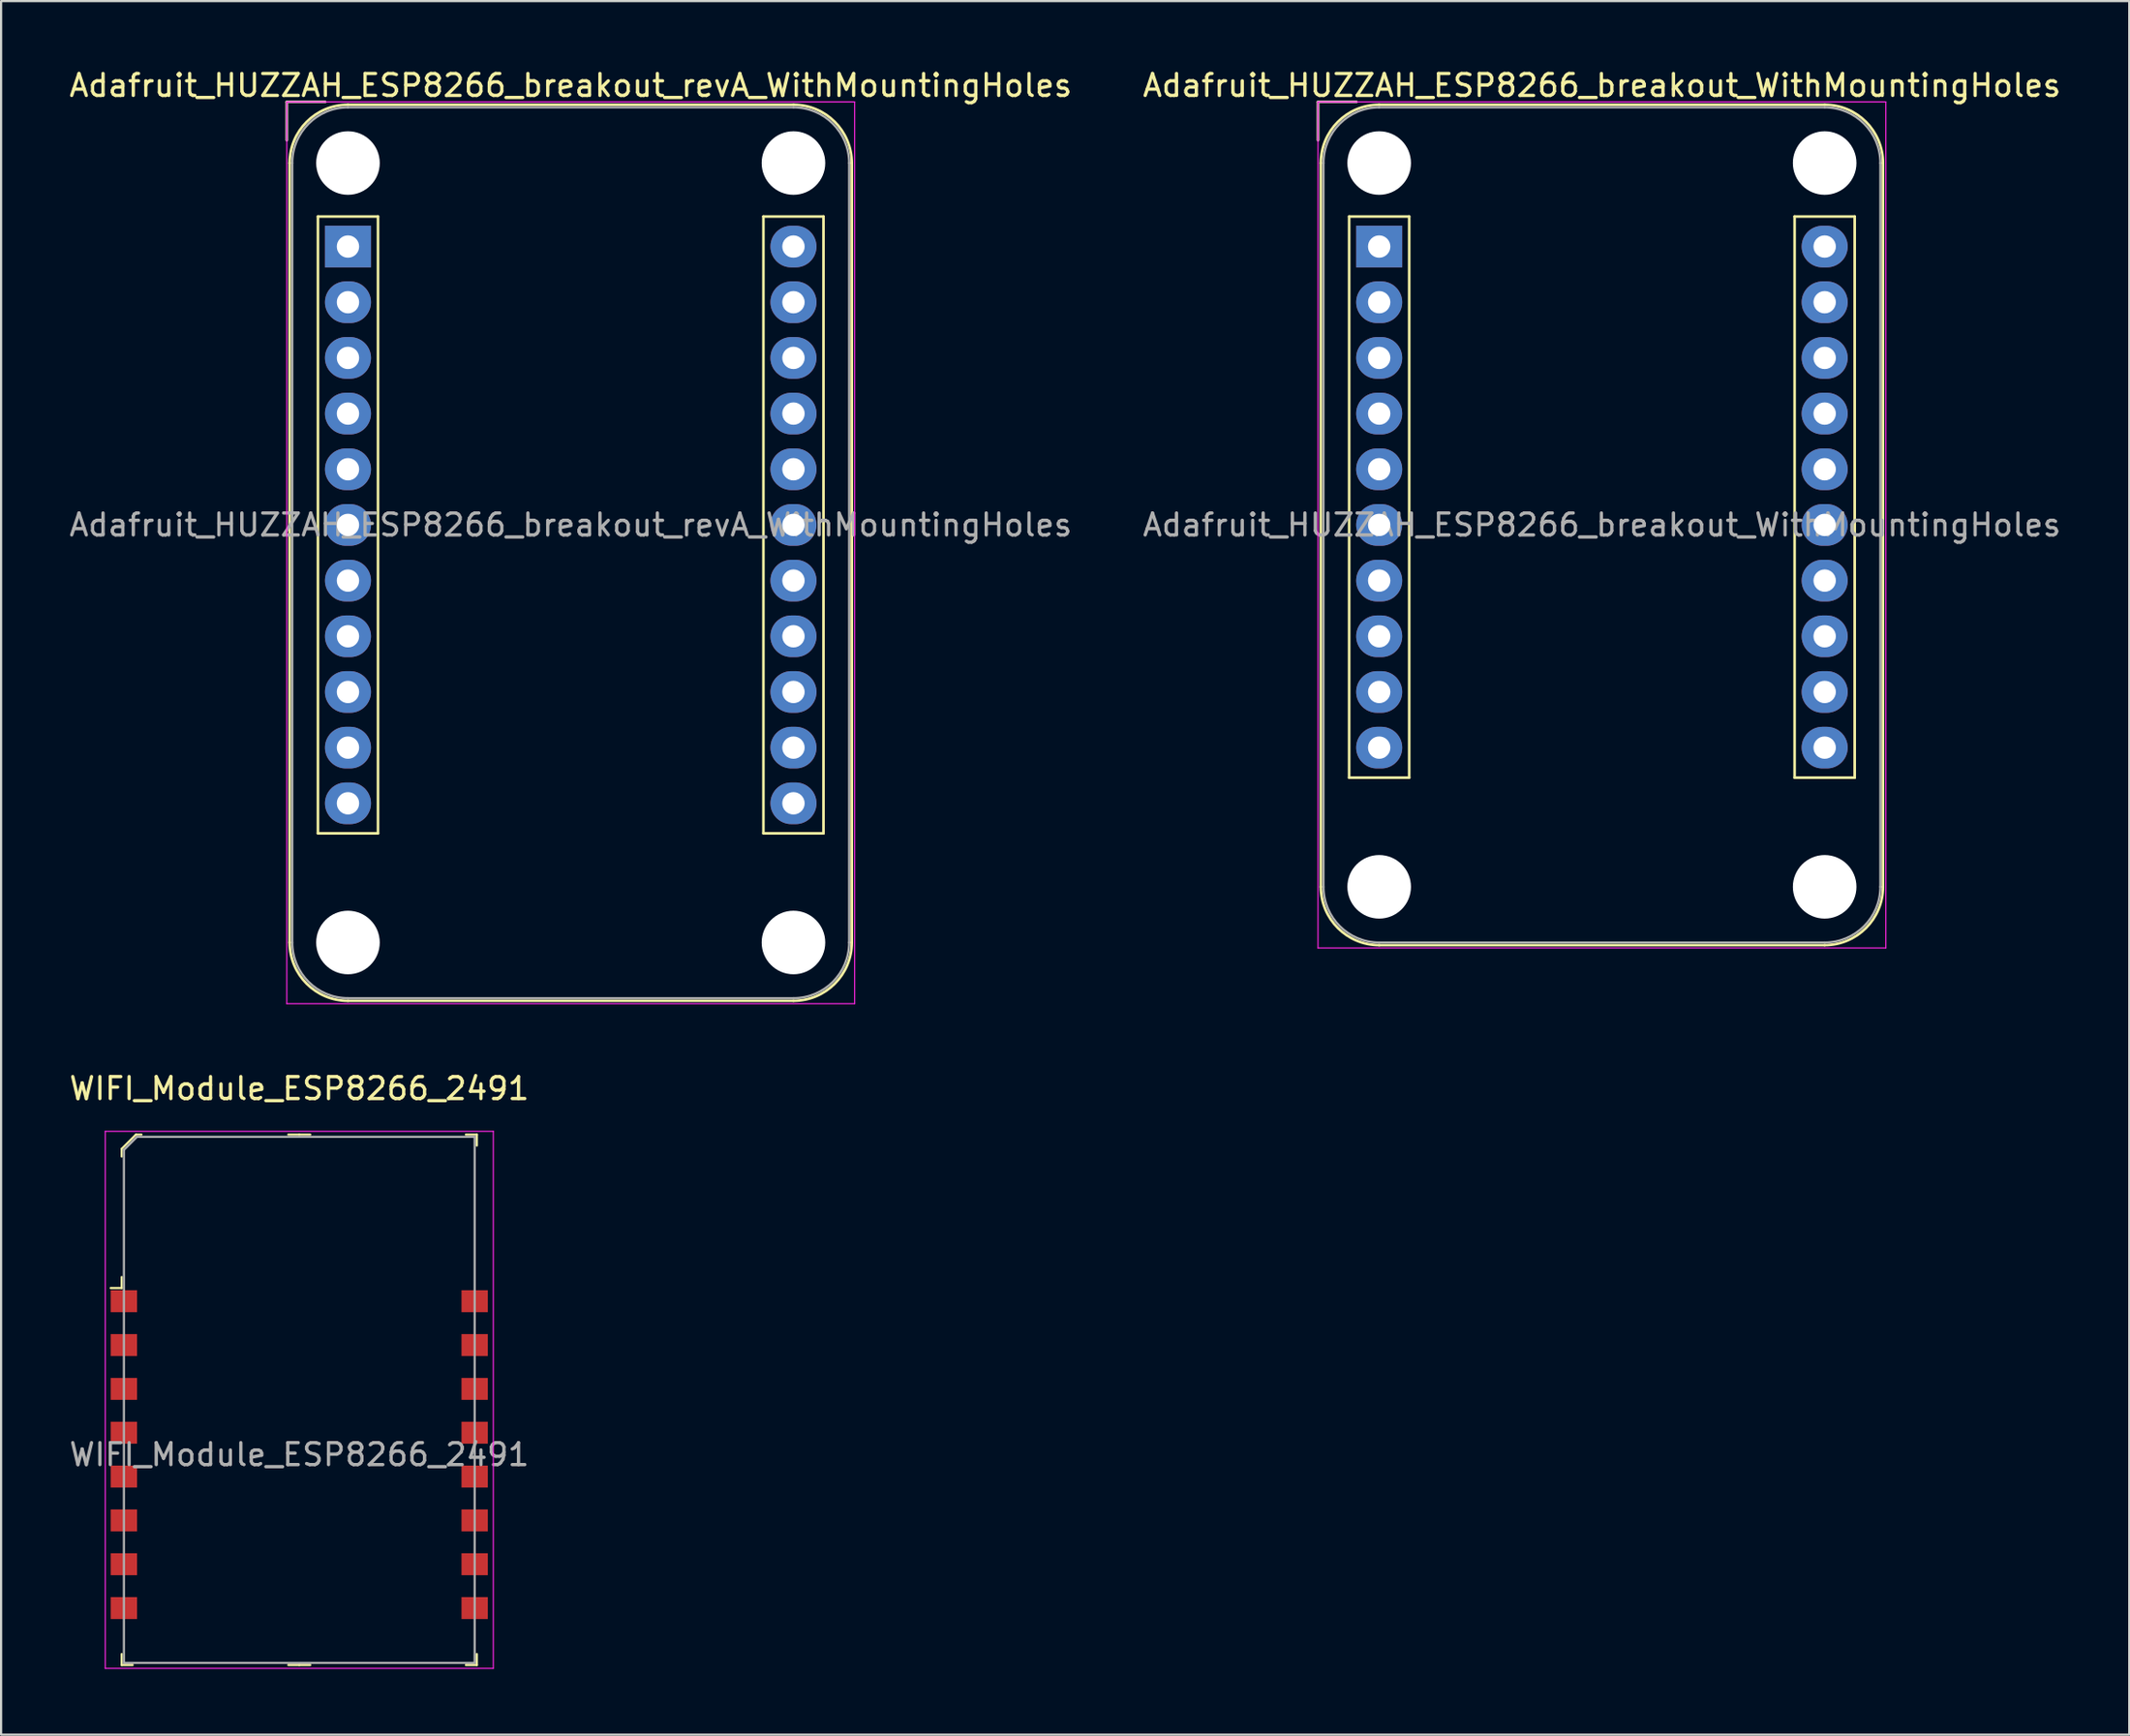
<source format=kicad_pcb>
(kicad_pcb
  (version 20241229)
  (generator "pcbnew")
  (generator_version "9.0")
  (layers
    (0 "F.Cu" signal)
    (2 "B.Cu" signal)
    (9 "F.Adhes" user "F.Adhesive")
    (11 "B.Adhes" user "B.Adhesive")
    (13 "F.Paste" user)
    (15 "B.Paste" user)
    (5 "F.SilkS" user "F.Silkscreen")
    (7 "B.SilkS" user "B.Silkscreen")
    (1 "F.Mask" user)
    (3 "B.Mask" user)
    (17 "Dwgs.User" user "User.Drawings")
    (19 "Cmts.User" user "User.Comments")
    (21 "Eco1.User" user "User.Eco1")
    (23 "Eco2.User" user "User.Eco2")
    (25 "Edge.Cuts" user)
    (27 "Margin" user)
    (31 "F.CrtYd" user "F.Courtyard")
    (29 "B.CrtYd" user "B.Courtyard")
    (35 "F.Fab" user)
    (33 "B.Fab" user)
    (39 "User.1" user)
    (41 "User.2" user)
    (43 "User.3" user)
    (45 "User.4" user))
  (footprint "Adafruit_HUZZAH_ESP8266_breakout_WithMountingHoles"
    (layer "F.Cu")
    (at 59.858 8.198)
    (property "Reference" "Adafruit_HUZZAH_ESP8266_breakout_WithMountingHoles" (at 10.16 -7.35 0) (layer "F.SilkS") (effects (font (size 1 1) (thickness 0.15))))
    (attr through_hole)
    (fp_line (start -2.79 -6.6) (end -1.04 -6.6) (stroke (width 0.12) (type solid)) (layer "F.SilkS"))
    (fp_line (start -2.79 -4.85) (end -2.79 -6.6) (stroke (width 0.12) (type solid)) (layer "F.SilkS"))
    (fp_line (start -2.66 -3.81) (end -2.66 29.21) (stroke (width 0.12) (type solid)) (layer "F.SilkS"))
    (fp_line (start -1.37 -1.37) (end -1.37 24.23) (stroke (width 0.12) (type solid)) (layer "F.SilkS"))
    (fp_line (start -1.37 24.23) (end 1.37 24.23) (stroke (width 0.12) (type solid)) (layer "F.SilkS"))
    (fp_line (start 0 -6.47) (end 20.32 -6.47) (stroke (width 0.12) (type solid)) (layer "F.SilkS"))
    (fp_line (start 0 31.87) (end 20.32 31.87) (stroke (width 0.12) (type solid)) (layer "F.SilkS"))
    (fp_line (start 1.37 -1.37) (end -1.37 -1.37) (stroke (width 0.12) (type solid)) (layer "F.SilkS"))
    (fp_line (start 1.37 24.23) (end 1.37 -1.37) (stroke (width 0.12) (type solid)) (layer "F.SilkS"))
    (fp_line (start 18.95 -1.37) (end 18.95 24.23) (stroke (width 0.12) (type solid)) (layer "F.SilkS"))
    (fp_line (start 18.95 24.23) (end 21.69 24.23) (stroke (width 0.12) (type solid)) (layer "F.SilkS"))
    (fp_line (start 21.69 -1.37) (end 18.95 -1.37) (stroke (width 0.12) (type solid)) (layer "F.SilkS"))
    (fp_line (start 21.69 24.23) (end 21.69 -1.37) (stroke (width 0.12) (type solid)) (layer "F.SilkS"))
    (fp_line (start 22.98 -3.81) (end 22.98 29.21) (stroke (width 0.12) (type solid)) (layer "F.SilkS"))
    (fp_arc (start -2.66 -3.81) (mid -1.880904 -5.690904) (end 0 -6.47) (stroke (width 0.12) (type solid)) (layer "F.SilkS"))
    (fp_arc (start 0 31.87) (mid -1.880904 31.090904) (end -2.66 29.21) (stroke (width 0.12) (type solid)) (layer "F.SilkS"))
    (fp_arc (start 20.32 -6.47) (mid 22.200904 -5.690904) (end 22.98 -3.81) (stroke (width 0.12) (type solid)) (layer "F.SilkS"))
    (fp_arc (start 22.98 29.21) (mid 22.200904 31.090904) (end 20.32 31.87) (stroke (width 0.12) (type solid)) (layer "F.SilkS"))
    (fp_line (start -2.79 -6.6) (end -2.79 32) (stroke (width 0.05) (type solid)) (layer "F.CrtYd"))
    (fp_line (start -2.79 32) (end 23.11 32) (stroke (width 0.05) (type solid)) (layer "F.CrtYd"))
    (fp_line (start 23.11 -6.6) (end -2.79 -6.6) (stroke (width 0.05) (type solid)) (layer "F.CrtYd"))
    (fp_line (start 23.11 32) (end 23.11 -6.6) (stroke (width 0.05) (type solid)) (layer "F.CrtYd"))
    (fp_line (start -2.79 -6.6) (end -1.04 -6.6) (stroke (width 0.1) (type solid)) (layer "F.Fab"))
    (fp_line (start -2.79 -4.85) (end -2.79 -6.6) (stroke (width 0.1) (type solid)) (layer "F.Fab"))
    (fp_line (start -2.54 -3.81) (end -2.54 29.21) (stroke (width 0.1) (type solid)) (layer "F.Fab"))
    (fp_line (start 0 -6.35) (end 20.32 -6.35) (stroke (width 0.1) (type solid)) (layer "F.Fab"))
    (fp_line (start 0 31.75) (end 20.32 31.75) (stroke (width 0.1) (type solid)) (layer "F.Fab"))
    (fp_line (start 22.86 -3.81) (end 22.86 29.21) (stroke (width 0.1) (type solid)) (layer "F.Fab"))
    (fp_arc (start -2.54 -3.81) (mid -1.796051 -5.606051) (end 0 -6.35) (stroke (width 0.1) (type solid)) (layer "F.Fab"))
    (fp_arc (start 0 31.75) (mid -1.796051 31.006051) (end -2.54 29.21) (stroke (width 0.1) (type solid)) (layer "F.Fab"))
    (fp_arc (start 20.32 -6.35) (mid 22.116051 -5.606051) (end 22.86 -3.81) (stroke (width 0.1) (type solid)) (layer "F.Fab"))
    (fp_arc (start 22.86 29.21) (mid 22.116051 31.006051) (end 20.32 31.75) (stroke (width 0.1) (type solid)) (layer "F.Fab"))
    (fp_text user "${REFERENCE}" (at 10.16 12.7 0) (layer "F.Fab") (effects (font (size 1 1) (thickness 0.15))))
    (pad "" np_thru_hole circle (at 0 -3.81) (size 2.9 2.9) (drill 2.9) (layers "*.Cu" "*.Mask"))
    (pad "" np_thru_hole circle (at 0 29.21) (size 2.9 2.9) (drill 2.9) (layers "*.Cu" "*.Mask"))
    (pad "" np_thru_hole circle (at 20.32 -3.81) (size 2.9 2.9) (drill 2.9) (layers "*.Cu" "*.Mask"))
    (pad "" np_thru_hole circle (at 20.32 29.21) (size 2.9 2.9) (drill 2.9) (layers "*.Cu" "*.Mask"))
    (pad "1" thru_hole rect (at 0 0) (size 2.1 1.9) (drill 1.02) (layers "*.Cu" "*.Mask"))
    (pad "2" thru_hole oval (at 0 2.54) (size 2.1 1.9) (drill 1.02) (layers "*.Cu" "*.Mask"))
    (pad "3" thru_hole oval (at 0 5.08) (size 2.1 1.9) (drill 1.02) (layers "*.Cu" "*.Mask"))
    (pad "4" thru_hole oval (at 0 7.62) (size 2.1 1.9) (drill 1.02) (layers "*.Cu" "*.Mask"))
    (pad "5" thru_hole oval (at 0 10.16) (size 2.1 1.9) (drill 1.02) (layers "*.Cu" "*.Mask"))
    (pad "6" thru_hole oval (at 0 12.7) (size 2.1 1.9) (drill 1.02) (layers "*.Cu" "*.Mask"))
    (pad "7" thru_hole oval (at 0 15.24) (size 2.1 1.9) (drill 1.02) (layers "*.Cu" "*.Mask"))
    (pad "8" thru_hole oval (at 0 17.78) (size 2.1 1.9) (drill 1.02) (layers "*.Cu" "*.Mask"))
    (pad "9" thru_hole oval (at 0 20.32) (size 2.1 1.9) (drill 1.02) (layers "*.Cu" "*.Mask"))
    (pad "10" thru_hole oval (at 0 22.86) (size 2.1 1.9) (drill 1.02) (layers "*.Cu" "*.Mask"))
    (pad "11" thru_hole oval (at 20.32 22.86) (size 2.1 1.9) (drill 1.02) (layers "*.Cu" "*.Mask"))
    (pad "12" thru_hole oval (at 20.32 20.32) (size 2.1 1.9) (drill 1.02) (layers "*.Cu" "*.Mask"))
    (pad "13" thru_hole oval (at 20.32 17.78) (size 2.1 1.9) (drill 1.02) (layers "*.Cu" "*.Mask"))
    (pad "14" thru_hole oval (at 20.32 15.24) (size 2.1 1.9) (drill 1.02) (layers "*.Cu" "*.Mask"))
    (pad "15" thru_hole oval (at 20.32 12.7) (size 2.1 1.9) (drill 1.02) (layers "*.Cu" "*.Mask"))
    (pad "16" thru_hole oval (at 20.32 10.16) (size 2.1 1.9) (drill 1.02) (layers "*.Cu" "*.Mask"))
    (pad "17" thru_hole oval (at 20.32 7.62) (size 2.1 1.9) (drill 1.02) (layers "*.Cu" "*.Mask"))
    (pad "18" thru_hole oval (at 20.32 5.08) (size 2.1 1.9) (drill 1.02) (layers "*.Cu" "*.Mask"))
    (pad "19" thru_hole oval (at 20.32 2.54) (size 2.1 1.9) (drill 1.02) (layers "*.Cu" "*.Mask"))
    (pad "20" thru_hole oval (at 20.32 0) (size 2.1 1.9) (drill 1.02) (layers "*.Cu" "*.Mask")))
  (footprint "WIFI_Module_ESP8266_2491"
    (layer "F.Cu")
    (at 10.601 63.312)
    (property "Reference" "WIFI_Module_ESP8266_2491" (at 0 -16.7 0) (layer "F.SilkS") (effects (font (size 1 1) (thickness 0.15))))
    (attr through_hole)
    (fp_line (start -8.1 -13.95) (end -8.1 -13.6) (stroke (width 0.1) (type solid)) (layer "F.SilkS"))
    (fp_line (start -8.1 -7.6) (end -8.6 -7.6) (stroke (width 0.1) (type solid)) (layer "F.SilkS"))
    (fp_line (start -8.1 -7.6) (end -8.1 -8.1) (stroke (width 0.1) (type solid)) (layer "F.SilkS"))
    (fp_line (start -8.1 9.6) (end -8.1 9.1) (stroke (width 0.1) (type solid)) (layer "F.SilkS"))
    (fp_line (start -8.1 9.6) (end -7.6 9.6) (stroke (width 0.1) (type solid)) (layer "F.SilkS"))
    (fp_line (start -7.45 -14.6) (end -8.1 -13.95) (stroke (width 0.1) (type solid)) (layer "F.SilkS"))
    (fp_line (start -7.2 -14.6) (end -7.45 -14.6) (stroke (width 0.1) (type solid)) (layer "F.SilkS"))
    (fp_line (start 0 -14.6) (end -0.5 -14.6) (stroke (width 0.1) (type solid)) (layer "F.SilkS"))
    (fp_line (start 0 -14.6) (end 0.5 -14.6) (stroke (width 0.1) (type solid)) (layer "F.SilkS"))
    (fp_line (start 0 9.6) (end -0.5 9.6) (stroke (width 0.1) (type solid)) (layer "F.SilkS"))
    (fp_line (start 0 9.6) (end 0.5 9.6) (stroke (width 0.1) (type solid)) (layer "F.SilkS"))
    (fp_line (start 8.1 -14.6) (end 7.6 -14.6) (stroke (width 0.1) (type solid)) (layer "F.SilkS"))
    (fp_line (start 8.1 -14.6) (end 8.1 -14.1) (stroke (width 0.1) (type solid)) (layer "F.SilkS"))
    (fp_line (start 8.1 9.6) (end 7.6 9.6) (stroke (width 0.1) (type solid)) (layer "F.SilkS"))
    (fp_line (start 8.1 9.6) (end 8.1 9.1) (stroke (width 0.1) (type solid)) (layer "F.SilkS"))
    (fp_line (start -8.85 -14.75) (end -8.85 9.75) (stroke (width 0.05) (type solid)) (layer "F.CrtYd"))
    (fp_line (start 8.85 -14.75) (end -8.85 -14.75) (stroke (width 0.05) (type solid)) (layer "F.CrtYd"))
    (fp_line (start 8.85 -14.75) (end 8.85 9.75) (stroke (width 0.05) (type solid)) (layer "F.CrtYd"))
    (fp_line (start 8.85 9.75) (end -8.85 9.75) (stroke (width 0.05) (type solid)) (layer "F.CrtYd"))
    (fp_line (start -8 -13.9) (end -8 9.5) (stroke (width 0.1) (type solid)) (layer "F.Fab"))
    (fp_line (start -8 -13.9) (end -7.4 -14.5) (stroke (width 0.1) (type solid)) (layer "F.Fab"))
    (fp_line (start -8 9.5) (end 8 9.5) (stroke (width 0.1) (type solid)) (layer "F.Fab"))
    (fp_line (start -7.4 -14.5) (end 8 -14.5) (stroke (width 0.1) (type solid)) (layer "F.Fab"))
    (fp_line (start 8 9.5) (end 8 -14.5) (stroke (width 0.1) (type solid)) (layer "F.Fab"))
    (fp_text user "${REFERENCE}" (at 0 0 0) (layer "F.Fab") (effects (font (size 1 1) (thickness 0.15))))
    (pad "1" smd rect (at -8 -7) (size 1.2 1) (layers "F.Cu" "F.Mask" "F.Paste"))
    (pad "2" smd rect (at -8 -5) (size 1.2 1) (layers "F.Cu" "F.Mask" "F.Paste"))
    (pad "3" smd rect (at -8 -3) (size 1.2 1) (layers "F.Cu" "F.Mask" "F.Paste"))
    (pad "4" smd rect (at -8 -1) (size 1.2 1) (layers "F.Cu" "F.Mask" "F.Paste"))
    (pad "5" smd rect (at -8 1) (size 1.2 1) (layers "F.Cu" "F.Mask" "F.Paste"))
    (pad "6" smd rect (at -8 3) (size 1.2 1) (layers "F.Cu" "F.Mask" "F.Paste"))
    (pad "7" smd rect (at -8 5) (size 1.2 1) (layers "F.Cu" "F.Mask" "F.Paste"))
    (pad "8" smd rect (at -8 7) (size 1.2 1) (layers "F.Cu" "F.Mask" "F.Paste"))
    (pad "9" smd rect (at 8 7) (size 1.2 1) (layers "F.Cu" "F.Mask" "F.Paste"))
    (pad "10" smd rect (at 8 5) (size 1.2 1) (layers "F.Cu" "F.Mask" "F.Paste"))
    (pad "11" smd rect (at 8 3) (size 1.2 1) (layers "F.Cu" "F.Mask" "F.Paste"))
    (pad "12" smd rect (at 8 1) (size 1.2 1) (layers "F.Cu" "F.Mask" "F.Paste"))
    (pad "13" smd rect (at 8 -1) (size 1.2 1) (layers "F.Cu" "F.Mask" "F.Paste"))
    (pad "14" smd rect (at 8 -3) (size 1.2 1) (layers "F.Cu" "F.Mask" "F.Paste"))
    (pad "15" smd rect (at 8 -5) (size 1.2 1) (layers "F.Cu" "F.Mask" "F.Paste"))
    (pad "16" smd rect (at 8 -7) (size 1.2 1) (layers "F.Cu" "F.Mask" "F.Paste")))
  (footprint "Adafruit_HUZZAH_ESP8266_breakout_revA_WithMountingHoles"
    (layer "F.Cu")
    (at 12.822 8.198)
    (property "Reference" "Adafruit_HUZZAH_ESP8266_breakout_revA_WithMountingHoles" (at 10.16 -7.35 0) (layer "F.SilkS") (effects (font (size 1 1) (thickness 0.15))))
    (attr through_hole)
    (fp_line (start -2.79 -6.6) (end -1.04 -6.6) (stroke (width 0.12) (type solid)) (layer "F.SilkS"))
    (fp_line (start -2.79 -4.85) (end -2.79 -6.6) (stroke (width 0.12) (type solid)) (layer "F.SilkS"))
    (fp_line (start -2.66 -3.81) (end -2.66 31.75) (stroke (width 0.12) (type solid)) (layer "F.SilkS"))
    (fp_line (start -1.37 -1.37) (end -1.37 26.77) (stroke (width 0.12) (type solid)) (layer "F.SilkS"))
    (fp_line (start -1.37 26.77) (end 1.37 26.77) (stroke (width 0.12) (type solid)) (layer "F.SilkS"))
    (fp_line (start 0 -6.47) (end 20.32 -6.47) (stroke (width 0.12) (type solid)) (layer "F.SilkS"))
    (fp_line (start 0 34.41) (end 20.32 34.41) (stroke (width 0.12) (type solid)) (layer "F.SilkS"))
    (fp_line (start 1.37 -1.37) (end -1.37 -1.37) (stroke (width 0.12) (type solid)) (layer "F.SilkS"))
    (fp_line (start 1.37 26.77) (end 1.37 -1.37) (stroke (width 0.12) (type solid)) (layer "F.SilkS"))
    (fp_line (start 18.95 -1.37) (end 18.95 26.77) (stroke (width 0.12) (type solid)) (layer "F.SilkS"))
    (fp_line (start 18.95 26.77) (end 21.69 26.77) (stroke (width 0.12) (type solid)) (layer "F.SilkS"))
    (fp_line (start 21.69 -1.37) (end 18.95 -1.37) (stroke (width 0.12) (type solid)) (layer "F.SilkS"))
    (fp_line (start 21.69 26.77) (end 21.69 -1.37) (stroke (width 0.12) (type solid)) (layer "F.SilkS"))
    (fp_line (start 22.98 -3.81) (end 22.98 31.75) (stroke (width 0.12) (type solid)) (layer "F.SilkS"))
    (fp_arc (start -2.66 -3.81) (mid -1.880904 -5.690904) (end 0 -6.47) (stroke (width 0.12) (type solid)) (layer "F.SilkS"))
    (fp_arc (start 0 34.41) (mid -1.880904 33.630904) (end -2.66 31.75) (stroke (width 0.12) (type solid)) (layer "F.SilkS"))
    (fp_arc (start 20.32 -6.47) (mid 22.200904 -5.690904) (end 22.98 -3.81) (stroke (width 0.12) (type solid)) (layer "F.SilkS"))
    (fp_arc (start 22.98 31.75) (mid 22.200904 33.630904) (end 20.32 34.41) (stroke (width 0.12) (type solid)) (layer "F.SilkS"))
    (fp_line (start -2.79 -6.6) (end -2.79 34.54) (stroke (width 0.05) (type solid)) (layer "F.CrtYd"))
    (fp_line (start -2.79 34.54) (end 23.11 34.54) (stroke (width 0.05) (type solid)) (layer "F.CrtYd"))
    (fp_line (start 23.11 -6.6) (end -2.79 -6.6) (stroke (width 0.05) (type solid)) (layer "F.CrtYd"))
    (fp_line (start 23.11 34.54) (end 23.11 -6.6) (stroke (width 0.05) (type solid)) (layer "F.CrtYd"))
    (fp_line (start -2.79 -6.6) (end -1.04 -6.6) (stroke (width 0.1) (type solid)) (layer "F.Fab"))
    (fp_line (start -2.79 -4.85) (end -2.79 -6.6) (stroke (width 0.1) (type solid)) (layer "F.Fab"))
    (fp_line (start -2.54 -3.81) (end -2.54 31.75) (stroke (width 0.1) (type solid)) (layer "F.Fab"))
    (fp_line (start 0 -6.35) (end 20.32 -6.35) (stroke (width 0.1) (type solid)) (layer "F.Fab"))
    (fp_line (start 0 34.29) (end 20.32 34.29) (stroke (width 0.1) (type solid)) (layer "F.Fab"))
    (fp_line (start 22.86 -3.81) (end 22.86 31.75) (stroke (width 0.1) (type solid)) (layer "F.Fab"))
    (fp_arc (start -2.54 -3.81) (mid -1.796051 -5.606051) (end 0 -6.35) (stroke (width 0.1) (type solid)) (layer "F.Fab"))
    (fp_arc (start 0 34.29) (mid -1.796051 33.546051) (end -2.54 31.75) (stroke (width 0.1) (type solid)) (layer "F.Fab"))
    (fp_arc (start 20.32 -6.35) (mid 22.116051 -5.606051) (end 22.86 -3.81) (stroke (width 0.1) (type solid)) (layer "F.Fab"))
    (fp_arc (start 22.86 31.75) (mid 22.116051 33.546051) (end 20.32 34.29) (stroke (width 0.1) (type solid)) (layer "F.Fab"))
    (fp_text user "${REFERENCE}" (at 10.16 12.7 0) (layer "F.Fab") (effects (font (size 1 1) (thickness 0.15))))
    (pad "" np_thru_hole circle (at 0 -3.81) (size 2.9 2.9) (drill 2.9) (layers "*.Cu" "*.Mask"))
    (pad "" thru_hole oval (at 0 17.78) (size 2.1 1.9) (drill 1.02) (layers "*.Cu" "*.Mask"))
    (pad "" np_thru_hole circle (at 0 31.75) (size 2.9 2.9) (drill 2.9) (layers "*.Cu" "*.Mask"))
    (pad "" np_thru_hole circle (at 20.32 -3.81) (size 2.9 2.9) (drill 2.9) (layers "*.Cu" "*.Mask"))
    (pad "" thru_hole oval (at 20.32 17.78) (size 2.1 1.9) (drill 1.02) (layers "*.Cu" "*.Mask"))
    (pad "" np_thru_hole circle (at 20.32 31.75) (size 2.9 2.9) (drill 2.9) (layers "*.Cu" "*.Mask"))
    (pad "1" thru_hole rect (at 0 0) (size 2.1 1.9) (drill 1.02) (layers "*.Cu" "*.Mask"))
    (pad "2" thru_hole oval (at 0 2.54) (size 2.1 1.9) (drill 1.02) (layers "*.Cu" "*.Mask"))
    (pad "3" thru_hole oval (at 0 5.08) (size 2.1 1.9) (drill 1.02) (layers "*.Cu" "*.Mask"))
    (pad "4" thru_hole oval (at 0 7.62) (size 2.1 1.9) (drill 1.02) (layers "*.Cu" "*.Mask"))
    (pad "5" thru_hole oval (at 0 10.16) (size 2.1 1.9) (drill 1.02) (layers "*.Cu" "*.Mask"))
    (pad "6" thru_hole oval (at 0 12.7) (size 2.1 1.9) (drill 1.02) (layers "*.Cu" "*.Mask"))
    (pad "7" thru_hole oval (at 0 15.24) (size 2.1 1.9) (drill 1.02) (layers "*.Cu" "*.Mask"))
    (pad "8" thru_hole oval (at 0 20.32) (size 2.1 1.9) (drill 1.02) (layers "*.Cu" "*.Mask"))
    (pad "9" thru_hole oval (at 0 22.86) (size 2.1 1.9) (drill 1.02) (layers "*.Cu" "*.Mask"))
    (pad "10" thru_hole oval (at 0 25.4) (size 2.1 1.9) (drill 1.02) (layers "*.Cu" "*.Mask"))
    (pad "11" thru_hole oval (at 20.32 25.4) (size 2.1 1.9) (drill 1.02) (layers "*.Cu" "*.Mask"))
    (pad "12" thru_hole oval (at 20.32 22.86) (size 2.1 1.9) (drill 1.02) (layers "*.Cu" "*.Mask"))
    (pad "13" thru_hole oval (at 20.32 20.32) (size 2.1 1.9) (drill 1.02) (layers "*.Cu" "*.Mask"))
    (pad "14" thru_hole oval (at 20.32 15.24) (size 2.1 1.9) (drill 1.02) (layers "*.Cu" "*.Mask"))
    (pad "15" thru_hole oval (at 20.32 12.7) (size 2.1 1.9) (drill 1.02) (layers "*.Cu" "*.Mask"))
    (pad "16" thru_hole oval (at 20.32 10.16) (size 2.1 1.9) (drill 1.02) (layers "*.Cu" "*.Mask"))
    (pad "17" thru_hole oval (at 20.32 7.62) (size 2.1 1.9) (drill 1.02) (layers "*.Cu" "*.Mask"))
    (pad "18" thru_hole oval (at 20.32 5.08) (size 2.1 1.9) (drill 1.02) (layers "*.Cu" "*.Mask"))
    (pad "19" thru_hole oval (at 20.32 2.54) (size 2.1 1.9) (drill 1.02) (layers "*.Cu" "*.Mask"))
    (pad "20" thru_hole oval (at 20.32 0) (size 2.1 1.9) (drill 1.02) (layers "*.Cu" "*.Mask")))
  (gr_rect
    (start -3 -3)
    (end 94.071 76.087)
    (stroke (width 0.1) (type default))
    (fill no)
    (layer "Edge.Cuts")))
</source>
